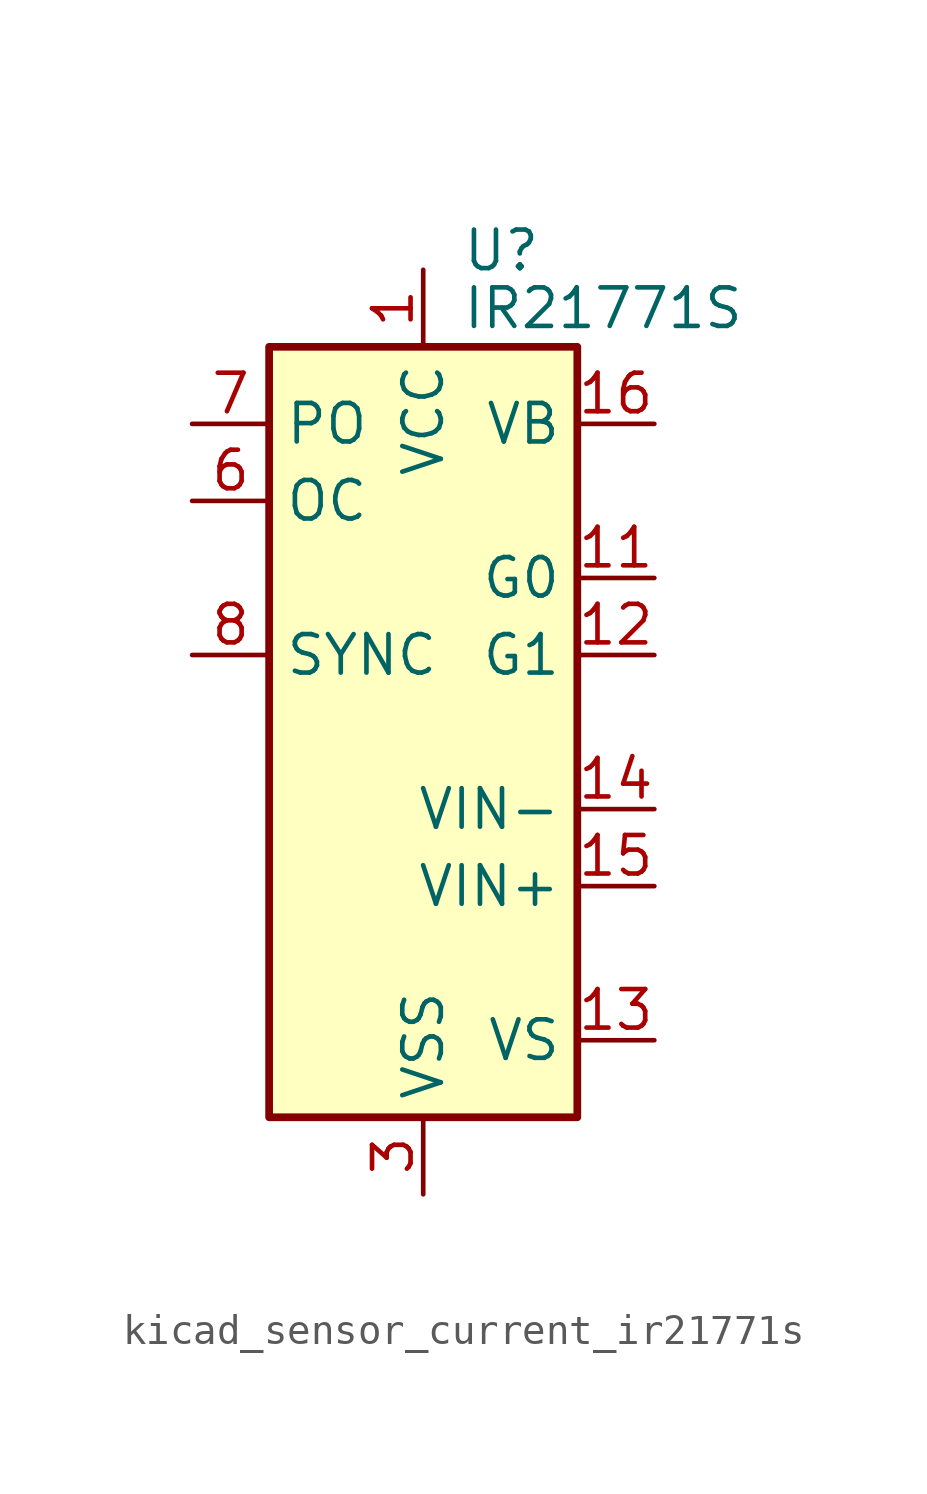
<source format=kicad_sym>
(kicad_symbol_lib
  (version 20220914)
  (generator kicad_symbol_editor)
  (symbol "kicad_sensor_current_ir21771s"
    (property "Reference" "U"
      (at 1.27 15.875 0)
      (effects (font (size 1.27 1.27)) (justify left)))
    (property "Value" "IR21771S"
      (at 1.27 13.97 0)
      (effects (font (size 1.27 1.27)) (justify left)))
    (symbol "kicad_sensor_current_ir21771s_0_1"
      (rectangle (start -5.08 -12.7) (end 5.08 12.7) (stroke (width 0.254) (type default)) (fill (type background))))
    (symbol "kicad_sensor_current_ir21771s_1_1"
      (pin power_in line (at 0 15.24 270) (length 2.54) (name "VCC" (effects (font (size 1.27 1.27)))) (number "1" (effects (font (size 1.27 1.27)))))
      (pin no_connect line (at -5.08 0 0) (length 2.54) hide (name "NC" (effects (font (size 1.27 1.27)))) (number "10" (effects (font (size 1.27 1.27)))))
      (pin input line (at 7.62 5.08 180) (length 2.54) (name "G0" (effects (font (size 1.27 1.27)))) (number "11" (effects (font (size 1.27 1.27)))))
      (pin input line (at 7.62 2.54 180) (length 2.54) (name "G1" (effects (font (size 1.27 1.27)))) (number "12" (effects (font (size 1.27 1.27)))))
      (pin passive line (at 7.62 -10.16 180) (length 2.54) (name "VS" (effects (font (size 1.27 1.27)))) (number "13" (effects (font (size 1.27 1.27)))))
      (pin passive line (at 7.62 -2.54 180) (length 2.54) (name "VIN-" (effects (font (size 1.27 1.27)))) (number "14" (effects (font (size 1.27 1.27)))))
      (pin passive line (at 7.62 -5.08 180) (length 2.54) (name "VIN+" (effects (font (size 1.27 1.27)))) (number "15" (effects (font (size 1.27 1.27)))))
      (pin passive line (at 7.62 10.16 180) (length 2.54) (name "VB" (effects (font (size 1.27 1.27)))) (number "16" (effects (font (size 1.27 1.27)))))
      (pin no_connect line (at -5.08 -5.08 0) (length 2.54) hide (name "NC" (effects (font (size 1.27 1.27)))) (number "2" (effects (font (size 1.27 1.27)))))
      (pin power_in line (at 0 -15.24 90) (length 2.54) (name "VSS" (effects (font (size 1.27 1.27)))) (number "3" (effects (font (size 1.27 1.27)))))
      (pin no_connect line (at -5.08 -7.62 0) (length 2.54) hide (name "NC" (effects (font (size 1.27 1.27)))) (number "4" (effects (font (size 1.27 1.27)))))
      (pin no_connect line (at -5.08 -2.54 0) (length 2.54) hide (name "NC" (effects (font (size 1.27 1.27)))) (number "5" (effects (font (size 1.27 1.27)))))
      (pin open_collector line (at -7.62 7.62 0) (length 2.54) (name "OC" (effects (font (size 1.27 1.27)))) (number "6" (effects (font (size 1.27 1.27)))))
      (pin open_collector line (at -7.62 10.16 0) (length 2.54) (name "PO" (effects (font (size 1.27 1.27)))) (number "7" (effects (font (size 1.27 1.27)))))
      (pin input line (at -7.62 2.54 0) (length 2.54) (name "SYNC" (effects (font (size 1.27 1.27)))) (number "8" (effects (font (size 1.27 1.27)))))
      (pin no_connect line (at -5.08 5.08 0) (length 2.54) hide (name "NC" (effects (font (size 1.27 1.27)))) (number "9" (effects (font (size 1.27 1.27))))))))
</source>
